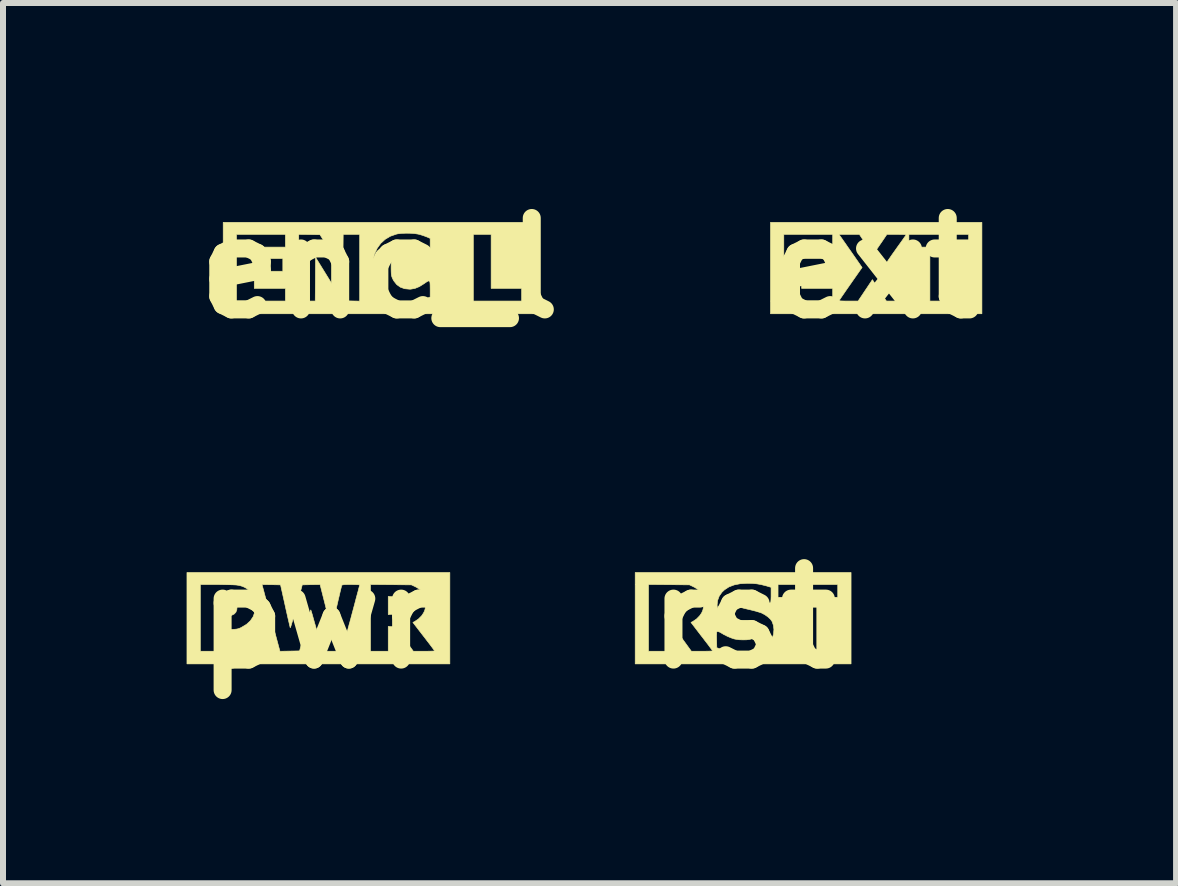
<source format=kicad_pcb>
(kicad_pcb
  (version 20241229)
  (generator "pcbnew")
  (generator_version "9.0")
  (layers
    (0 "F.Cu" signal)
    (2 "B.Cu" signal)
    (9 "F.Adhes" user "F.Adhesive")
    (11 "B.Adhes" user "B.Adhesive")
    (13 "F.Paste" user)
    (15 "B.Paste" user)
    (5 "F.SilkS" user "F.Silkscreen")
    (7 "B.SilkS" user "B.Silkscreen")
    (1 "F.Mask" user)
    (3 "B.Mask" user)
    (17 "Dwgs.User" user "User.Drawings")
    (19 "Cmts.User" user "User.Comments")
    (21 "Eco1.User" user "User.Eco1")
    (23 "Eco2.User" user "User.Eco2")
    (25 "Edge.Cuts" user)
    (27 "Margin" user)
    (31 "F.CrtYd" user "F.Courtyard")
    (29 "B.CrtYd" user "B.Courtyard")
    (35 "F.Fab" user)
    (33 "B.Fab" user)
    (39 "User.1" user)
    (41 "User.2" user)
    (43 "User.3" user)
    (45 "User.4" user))
  (footprint "rst"
    (layer "F.Cu")
    (at 9.336 7.254)
    (property "Reference" "rst" (at 0 0 0) (layer "F.SilkS") (effects (font (size 1.524 1.524) (thickness 0.3))))
    (attr through_hole)
    (fp_poly (pts (xy -1.167 -0.356) (xy -1.098 -0.35) (xy -1.046 -0.34) (xy -1.009 -0.326) (xy -0.984 -0.305) (xy -0.968 -0.277) (xy -0.966 -0.27) (xy -0.957 -0.217) (xy -0.967 -0.166) (xy -0.994 -0.124) (xy -1.035 -0.093) (xy -1.042 -0.089) (xy -1.067 -0.083) (xy -1.107 -0.076) (xy -1.154 -0.07) (xy -1.178 -0.068) (xy -1.281 -0.061) (xy -1.281 -0.363) (xy -1.167 -0.356)) (stroke (width 0.01) (type solid)) (fill yes) (layer "F.SilkS"))
    (fp_poly (pts (xy 1.799 0.762) (xy -1.799 0.762) (xy -1.799 0.55) (xy -1.577 0.55) (xy -1.281 0.55) (xy -1.281 0.137) (xy -1.159 0.143) (xy -1.011 0.346) (xy -0.863 0.55) (xy -0.685 0.55) (xy -0.627 0.55) (xy -0.576 0.549) (xy -0.537 0.548) (xy -0.514 0.546) (xy -0.508 0.545) (xy -0.514 0.535) (xy -0.532 0.511) (xy -0.559 0.475) (xy -0.594 0.428) (xy -0.636 0.374) (xy -0.682 0.313) (xy -0.689 0.305) (xy -0.692 0.301) (xy -0.443 0.301) (xy -0.442 0.356) (xy -0.442 0.357) (xy -0.439 0.492) (xy -0.373 0.516) (xy -0.292 0.541) (xy -0.211 0.558) (xy -0.124 0.567) (xy -0.026 0.571) (xy 0.047 0.57) (xy 0.105 0.566) (xy 0.155 0.56) (xy 0.193 0.551) (xy 0.291 0.518) (xy 0.371 0.474) (xy 0.432 0.419) (xy 0.477 0.353) (xy 0.504 0.275) (xy 0.507 0.259) (xy 0.513 0.187) (xy 0.504 0.117) (xy 0.483 0.056) (xy 0.482 0.054) (xy 0.455 0.017) (xy 0.413 -0.022) (xy 0.362 -0.058) (xy 0.309 -0.086) (xy 0.304 -0.088) (xy 0.268 -0.1) (xy 0.219 -0.115) (xy 0.16 -0.13) (xy 0.1 -0.145) (xy 0.09 -0.147) (xy 0.018 -0.164) (xy -0.036 -0.179) (xy -0.075 -0.193) (xy -0.1 -0.208) (xy -0.115 -0.224) (xy -0.123 -0.244) (xy -0.125 -0.258) (xy -0.12 -0.301) (xy -0.097 -0.333) (xy -0.056 -0.356) (xy 0.003 -0.369) (xy 0.08 -0.373) (xy 0.168 -0.364) (xy 0.258 -0.342) (xy 0.342 -0.308) (xy 0.382 -0.285) (xy 0.414 -0.265) (xy 0.437 -0.255) (xy 0.452 -0.256) (xy 0.461 -0.272) (xy 0.464 -0.304) (xy 0.466 -0.354) (xy 0.466 -0.385) (xy 0.466 -0.515) (xy 0.389 -0.538) (xy 0.306 -0.559) (xy 0.297 -0.561) (xy 0.582 -0.561) (xy 0.582 -0.349) (xy 0.931 -0.349) (xy 0.931 0.55) (xy 1.228 0.55) (xy 1.228 -0.349) (xy 1.577 -0.349) (xy 1.577 -0.561) (xy 0.582 -0.561) (xy 0.297 -0.561) (xy 0.23 -0.573) (xy 0.153 -0.58) (xy 0.069 -0.582) (xy -0.048 -0.575) (xy -0.149 -0.555) (xy -0.236 -0.522) (xy -0.31 -0.474) (xy -0.354 -0.432) (xy -0.399 -0.367) (xy -0.426 -0.294) (xy -0.434 -0.217) (xy -0.423 -0.139) (xy -0.399 -0.078) (xy -0.371 -0.033) (xy -0.336 0.005) (xy -0.29 0.038) (xy -0.232 0.067) (xy -0.159 0.093) (xy -0.069 0.118) (xy -0.004 0.132) (xy 0.046 0.144) (xy 0.091 0.155) (xy 0.124 0.165) (xy 0.141 0.171) (xy 0.184 0.201) (xy 0.207 0.235) (xy 0.21 0.27) (xy 0.194 0.305) (xy 0.159 0.335) (xy 0.142 0.344) (xy 0.107 0.354) (xy 0.056 0.36) (xy -0.002 0.361) (xy -0.063 0.359) (xy -0.12 0.351) (xy -0.151 0.345) (xy -0.203 0.327) (xy -0.262 0.302) (xy -0.32 0.273) (xy -0.367 0.245) (xy -0.372 0.242) (xy -0.399 0.228) (xy -0.423 0.222) (xy -0.432 0.223) (xy -0.438 0.228) (xy -0.442 0.24) (xy -0.443 0.263) (xy -0.443 0.301) (xy -0.692 0.301) (xy -0.869 0.07) (xy -0.839 0.055) (xy -0.777 0.013) (xy -0.724 -0.041) (xy -0.693 -0.086) (xy -0.677 -0.12) (xy -0.667 -0.152) (xy -0.661 -0.191) (xy -0.658 -0.235) (xy -0.656 -0.283) (xy -0.658 -0.316) (xy -0.664 -0.343) (xy -0.675 -0.371) (xy -0.682 -0.386) (xy -0.713 -0.438) (xy -0.754 -0.479) (xy -0.808 -0.514) (xy -0.836 -0.528) (xy -0.894 -0.556) (xy -1.236 -0.559) (xy -1.577 -0.562) (xy -1.577 0.55) (xy -1.799 0.55) (xy -1.799 -0.762) (xy 1.799 -0.762) (xy 1.799 0.762)) (stroke (width 0.01) (type solid)) (fill yes) (layer "F.SilkS")))
  (footprint "enc_l"
    (layer "F.Cu")
    (at 3.273 1.418)
    (property "Reference" "enc_l" (at 0 0 0) (layer "F.SilkS") (effects (font (size 1.524 1.524) (thickness 0.3))))
    (attr through_hole)
    (fp_poly (pts (xy 2.614 0.762) (xy -2.603 0.762) (xy -2.603 -0.561) (xy -2.381 -0.561) (xy -2.381 0.55) (xy -1.566 0.55) (xy -1.344 0.55) (xy -1.069 0.55) (xy -1.066 0.185) (xy -1.064 -0.18) (xy -0.84 0.183) (xy -0.617 0.545) (xy -0.473 0.548) (xy -0.328 0.551) (xy -0.328 0) (xy -0.116 0) (xy -0.107 0.118) (xy -0.082 0.225) (xy -0.041 0.319) (xy 0.016 0.4) (xy 0.089 0.466) (xy 0.175 0.518) (xy 0.275 0.555) (xy 0.324 0.563) (xy 0.387 0.569) (xy 0.457 0.571) (xy 0.527 0.569) (xy 0.59 0.564) (xy 0.64 0.556) (xy 0.641 0.555) (xy 0.685 0.542) (xy 0.736 0.525) (xy 0.775 0.51) (xy 0.847 0.482) (xy 0.847 0.347) (xy 0.846 0.286) (xy 0.844 0.245) (xy 0.838 0.221) (xy 0.826 0.213) (xy 0.805 0.22) (xy 0.775 0.239) (xy 0.745 0.26) (xy 0.667 0.309) (xy 0.594 0.339) (xy 0.521 0.352) (xy 0.503 0.352) (xy 0.42 0.344) (xy 0.349 0.318) (xy 0.289 0.275) (xy 0.241 0.214) (xy 0.223 0.181) (xy 0.211 0.153) (xy 0.203 0.128) (xy 0.199 0.099) (xy 0.197 0.062) (xy 0.196 0.01) (xy 0.196 -0.005) (xy 0.196 -0.062) (xy 0.198 -0.104) (xy 0.203 -0.135) (xy 0.21 -0.161) (xy 0.221 -0.188) (xy 0.221 -0.188) (xy 0.249 -0.234) (xy 0.286 -0.279) (xy 0.297 -0.29) (xy 0.361 -0.333) (xy 0.431 -0.358) (xy 0.506 -0.363) (xy 0.586 -0.349) (xy 0.667 -0.317) (xy 0.748 -0.265) (xy 0.754 -0.261) (xy 0.785 -0.24) (xy 0.812 -0.226) (xy 0.826 -0.222) (xy 0.834 -0.223) (xy 0.84 -0.229) (xy 0.844 -0.243) (xy 0.846 -0.268) (xy 0.847 -0.309) (xy 0.847 -0.359) (xy 0.847 -0.495) (xy 0.781 -0.523) (xy 0.732 -0.541) (xy 0.678 -0.558) (xy 0.665 -0.561) (xy 1.566 -0.561) (xy 1.566 0.55) (xy 2.371 0.55) (xy 2.371 0.339) (xy 1.863 0.339) (xy 1.863 -0.561) (xy 1.566 -0.561) (xy 0.665 -0.561) (xy 0.646 -0.566) (xy 0.587 -0.575) (xy 0.517 -0.58) (xy 0.443 -0.581) (xy 0.371 -0.578) (xy 0.308 -0.571) (xy 0.282 -0.565) (xy 0.182 -0.53) (xy 0.095 -0.478) (xy 0.022 -0.411) (xy -0.036 -0.33) (xy -0.079 -0.236) (xy -0.106 -0.129) (xy -0.116 -0.012) (xy -0.116 0) (xy -0.328 0) (xy -0.328 -0.561) (xy -0.603 -0.561) (xy -0.609 0.046) (xy -0.799 -0.255) (xy -0.99 -0.556) (xy -1.167 -0.559) (xy -1.344 -0.561) (xy -1.344 0.55) (xy -1.566 0.55) (xy -1.566 0.339) (xy -2.085 0.339) (xy -2.085 0.053) (xy -1.609 0.053) (xy -1.609 -0.159) (xy -2.085 -0.159) (xy -2.085 -0.349) (xy -1.566 -0.349) (xy -1.566 -0.561) (xy -2.381 -0.561) (xy -2.603 -0.561) (xy -2.603 -0.762) (xy 2.614 -0.762) (xy 2.614 0.762)) (stroke (width 0.01) (type solid)) (fill yes) (layer "F.SilkS")))
  (footprint "ext"
    (layer "F.Cu")
    (at 11.549 1.418)
    (property "Reference" "ext" (at 0 0 0) (layer "F.SilkS") (effects (font (size 1.524 1.524) (thickness 0.3))))
    (attr through_hole)
    (fp_poly (pts (xy 1.767 0.762) (xy -1.757 0.762) (xy -1.757 -0.561) (xy -1.535 -0.561) (xy -1.535 0.55) (xy -0.72 0.55) (xy -0.72 0.339) (xy -1.238 0.339) (xy -1.238 0.053) (xy -0.762 0.053) (xy -0.762 -0.159) (xy -1.238 -0.159) (xy -1.238 -0.349) (xy -0.72 -0.349) (xy -0.72 -0.561) (xy -0.616 -0.561) (xy -0.58 -0.511) (xy -0.564 -0.488) (xy -0.538 -0.451) (xy -0.504 -0.403) (xy -0.465 -0.346) (xy -0.421 -0.284) (xy -0.387 -0.235) (xy -0.23 -0.009) (xy -0.262 0.035) (xy -0.306 0.098) (xy -0.353 0.165) (xy -0.4 0.232) (xy -0.446 0.298) (xy -0.49 0.361) (xy -0.529 0.418) (xy -0.563 0.467) (xy -0.589 0.506) (xy -0.607 0.532) (xy -0.614 0.544) (xy -0.614 0.544) (xy -0.604 0.546) (xy -0.576 0.548) (xy -0.535 0.549) (xy -0.484 0.55) (xy -0.455 0.55) (xy -0.297 0.55) (xy -0.058 0.193) (xy 0.058 0.372) (xy 0.175 0.55) (xy 0.341 0.55) (xy 0.398 0.55) (xy 0.446 0.549) (xy 0.483 0.547) (xy 0.504 0.545) (xy 0.508 0.544) (xy 0.502 0.534) (xy 0.486 0.509) (xy 0.46 0.471) (xy 0.427 0.421) (xy 0.388 0.364) (xy 0.344 0.299) (xy 0.325 0.271) (xy 0.279 0.205) (xy 0.237 0.143) (xy 0.2 0.089) (xy 0.169 0.045) (xy 0.147 0.012) (xy 0.135 -0.006) (xy 0.134 -0.008) (xy 0.137 -0.021) (xy 0.153 -0.051) (xy 0.182 -0.096) (xy 0.223 -0.157) (xy 0.275 -0.232) (xy 0.308 -0.278) (xy 0.354 -0.343) (xy 0.397 -0.403) (xy 0.435 -0.456) (xy 0.465 -0.499) (xy 0.487 -0.53) (xy 0.499 -0.546) (xy 0.5 -0.548) (xy 0.5 -0.553) (xy 0.489 -0.557) (xy 0.464 -0.559) (xy 0.424 -0.56) (xy 0.365 -0.561) (xy 0.347 -0.561) (xy 0.55 -0.561) (xy 0.55 -0.349) (xy 0.9 -0.349) (xy 0.9 0.55) (xy 1.196 0.55) (xy 1.196 -0.349) (xy 1.545 -0.349) (xy 1.545 -0.561) (xy 0.55 -0.561) (xy 0.347 -0.561) (xy 0.183 -0.561) (xy 0.095 -0.431) (xy 0.061 -0.382) (xy 0.029 -0.335) (xy 0.001 -0.296) (xy -0.018 -0.268) (xy -0.022 -0.262) (xy -0.05 -0.223) (xy -0.163 -0.392) (xy -0.275 -0.561) (xy -0.616 -0.561) (xy -0.72 -0.561) (xy -1.535 -0.561) (xy -1.757 -0.561) (xy -1.757 -0.762) (xy 1.767 -0.762) (xy 1.767 0.762)) (stroke (width 0.01) (type solid)) (fill yes) (layer "F.SilkS")))
  (footprint "pwr"
    (layer "F.Cu")
    (at 2.257 7.254)
    (property "Reference" "pwr" (at 0 0 0) (layer "F.SilkS") (effects (font (size 1.524 1.524) (thickness 0.3))))
    (attr through_hole)
    (fp_poly (pts (xy -1.569 -0.345) (xy -1.494 -0.336) (xy -1.437 -0.322) (xy -1.397 -0.302) (xy -1.371 -0.273) (xy -1.358 -0.235) (xy -1.355 -0.194) (xy -1.36 -0.141) (xy -1.376 -0.099) (xy -1.405 -0.069) (xy -1.449 -0.047) (xy -1.51 -0.033) (xy -1.575 -0.026) (xy -1.672 -0.018) (xy -1.672 -0.352) (xy -1.569 -0.345)) (stroke (width 0.01) (type solid)) (fill yes) (layer "F.SilkS"))
    (fp_poly (pts (xy 1.277 -0.356) (xy 1.347 -0.35) (xy 1.399 -0.34) (xy 1.436 -0.326) (xy 1.461 -0.305) (xy 1.477 -0.277) (xy 1.479 -0.27) (xy 1.487 -0.217) (xy 1.477 -0.166) (xy 1.451 -0.124) (xy 1.41 -0.093) (xy 1.403 -0.089) (xy 1.378 -0.083) (xy 1.338 -0.076) (xy 1.291 -0.07) (xy 1.267 -0.068) (xy 1.164 -0.061) (xy 1.164 -0.363) (xy 1.277 -0.356)) (stroke (width 0.01) (type solid)) (fill yes) (layer "F.SilkS"))
    (fp_poly (pts (xy 2.191 0.762) (xy -2.191 0.762) (xy -2.191 0.55) (xy -1.968 0.55) (xy -1.672 0.55) (xy -1.672 0.193) (xy -1.511 0.189) (xy -1.448 0.187) (xy -1.403 0.185) (xy -1.369 0.182) (xy -1.343 0.177) (xy -1.32 0.17) (xy -1.295 0.159) (xy -1.28 0.151) (xy -1.198 0.102) (xy -1.134 0.043) (xy -1.088 -0.025) (xy -1.06 -0.104) (xy -1.05 -0.179) (xy -1.053 -0.271) (xy -1.073 -0.351) (xy -1.11 -0.418) (xy -1.163 -0.473) (xy -1.204 -0.5) (xy -1.235 -0.517) (xy -1.265 -0.53) (xy -1.296 -0.54) (xy -1.331 -0.548) (xy -1.373 -0.554) (xy -1.425 -0.557) (xy -1.489 -0.559) (xy -1.569 -0.56) (xy -1.668 -0.561) (xy -1.67 -0.561) (xy -1.968 -0.561) (xy -1.968 0.55) (xy -2.191 0.55) (xy -2.191 -0.561) (xy -0.94 -0.561) (xy -0.909 -0.447) (xy -0.9 -0.412) (xy -0.886 -0.36) (xy -0.868 -0.292) (xy -0.846 -0.213) (xy -0.823 -0.125) (xy -0.797 -0.03) (xy -0.771 0.068) (xy -0.76 0.109) (xy -0.641 0.551) (xy -0.314 0.545) (xy -0.223 0.204) (xy -0.201 0.123) (xy -0.181 0.048) (xy -0.163 -0.017) (xy -0.148 -0.07) (xy -0.137 -0.11) (xy -0.129 -0.133) (xy -0.127 -0.138) (xy -0.123 -0.128) (xy -0.114 -0.1) (xy -0.101 -0.056) (xy -0.085 0.001) (xy -0.066 0.069) (xy -0.044 0.145) (xy -0.027 0.206) (xy 0.067 0.55) (xy 0.39 0.55) (xy 0.868 0.55) (xy 1.164 0.55) (xy 1.164 0.137) (xy 1.285 0.143) (xy 1.434 0.346) (xy 1.582 0.55) (xy 1.759 0.55) (xy 1.818 0.55) (xy 1.868 0.549) (xy 1.907 0.548) (xy 1.931 0.546) (xy 1.937 0.545) (xy 1.931 0.535) (xy 1.913 0.511) (xy 1.886 0.475) (xy 1.851 0.428) (xy 1.809 0.374) (xy 1.763 0.313) (xy 1.756 0.305) (xy 1.575 0.07) (xy 1.605 0.055) (xy 1.667 0.013) (xy 1.721 -0.041) (xy 1.751 -0.086) (xy 1.768 -0.12) (xy 1.778 -0.152) (xy 1.784 -0.191) (xy 1.787 -0.235) (xy 1.788 -0.283) (xy 1.787 -0.316) (xy 1.781 -0.343) (xy 1.77 -0.371) (xy 1.763 -0.386) (xy 1.731 -0.438) (xy 1.691 -0.479) (xy 1.636 -0.514) (xy 1.609 -0.528) (xy 1.55 -0.556) (xy 1.209 -0.559) (xy 0.868 -0.562) (xy 0.868 0.55) (xy 0.39 0.55) (xy 0.401 0.516) (xy 0.406 0.499) (xy 0.415 0.464) (xy 0.429 0.415) (xy 0.446 0.353) (xy 0.465 0.28) (xy 0.487 0.199) (xy 0.51 0.113) (xy 0.535 0.023) (xy 0.559 -0.068) (xy 0.583 -0.157) (xy 0.606 -0.243) (xy 0.627 -0.324) (xy 0.646 -0.395) (xy 0.663 -0.457) (xy 0.675 -0.505) (xy 0.684 -0.538) (xy 0.688 -0.554) (xy 0.688 -0.555) (xy 0.678 -0.557) (xy 0.651 -0.559) (xy 0.61 -0.56) (xy 0.559 -0.561) (xy 0.54 -0.561) (xy 0.481 -0.561) (xy 0.44 -0.56) (xy 0.413 -0.557) (xy 0.398 -0.554) (xy 0.39 -0.548) (xy 0.387 -0.542) (xy 0.384 -0.528) (xy 0.376 -0.495) (xy 0.364 -0.447) (xy 0.35 -0.386) (xy 0.333 -0.315) (xy 0.315 -0.236) (xy 0.302 -0.18) (xy 0.283 -0.098) (xy 0.265 -0.022) (xy 0.249 0.045) (xy 0.236 0.101) (xy 0.226 0.142) (xy 0.22 0.167) (xy 0.219 0.174) (xy 0.216 0.166) (xy 0.208 0.14) (xy 0.196 0.098) (xy 0.181 0.042) (xy 0.163 -0.026) (xy 0.144 -0.103) (xy 0.122 -0.187) (xy 0.122 -0.189) (xy 0.028 -0.561) (xy -0.121 -0.559) (xy -0.269 -0.556) (xy -0.366 -0.191) (xy -0.389 -0.107) (xy -0.41 -0.031) (xy -0.429 0.035) (xy -0.445 0.089) (xy -0.457 0.129) (xy -0.466 0.153) (xy -0.47 0.159) (xy -0.473 0.145) (xy -0.481 0.113) (xy -0.492 0.065) (xy -0.506 0.005) (xy -0.522 -0.066) (xy -0.54 -0.146) (xy -0.553 -0.206) (xy -0.631 -0.556) (xy -0.786 -0.559) (xy -0.94 -0.561) (xy -2.191 -0.561) (xy -2.191 -0.762) (xy 2.191 -0.762) (xy 2.191 0.762)) (stroke (width 0.01) (type solid)) (fill yes) (layer "F.SilkS")))
  (gr_rect
    (start -3 -3)
    (end 16.552 11.672)
    (stroke (width 0.1) (type default))
    (fill no)
    (layer "Edge.Cuts")))
</source>
